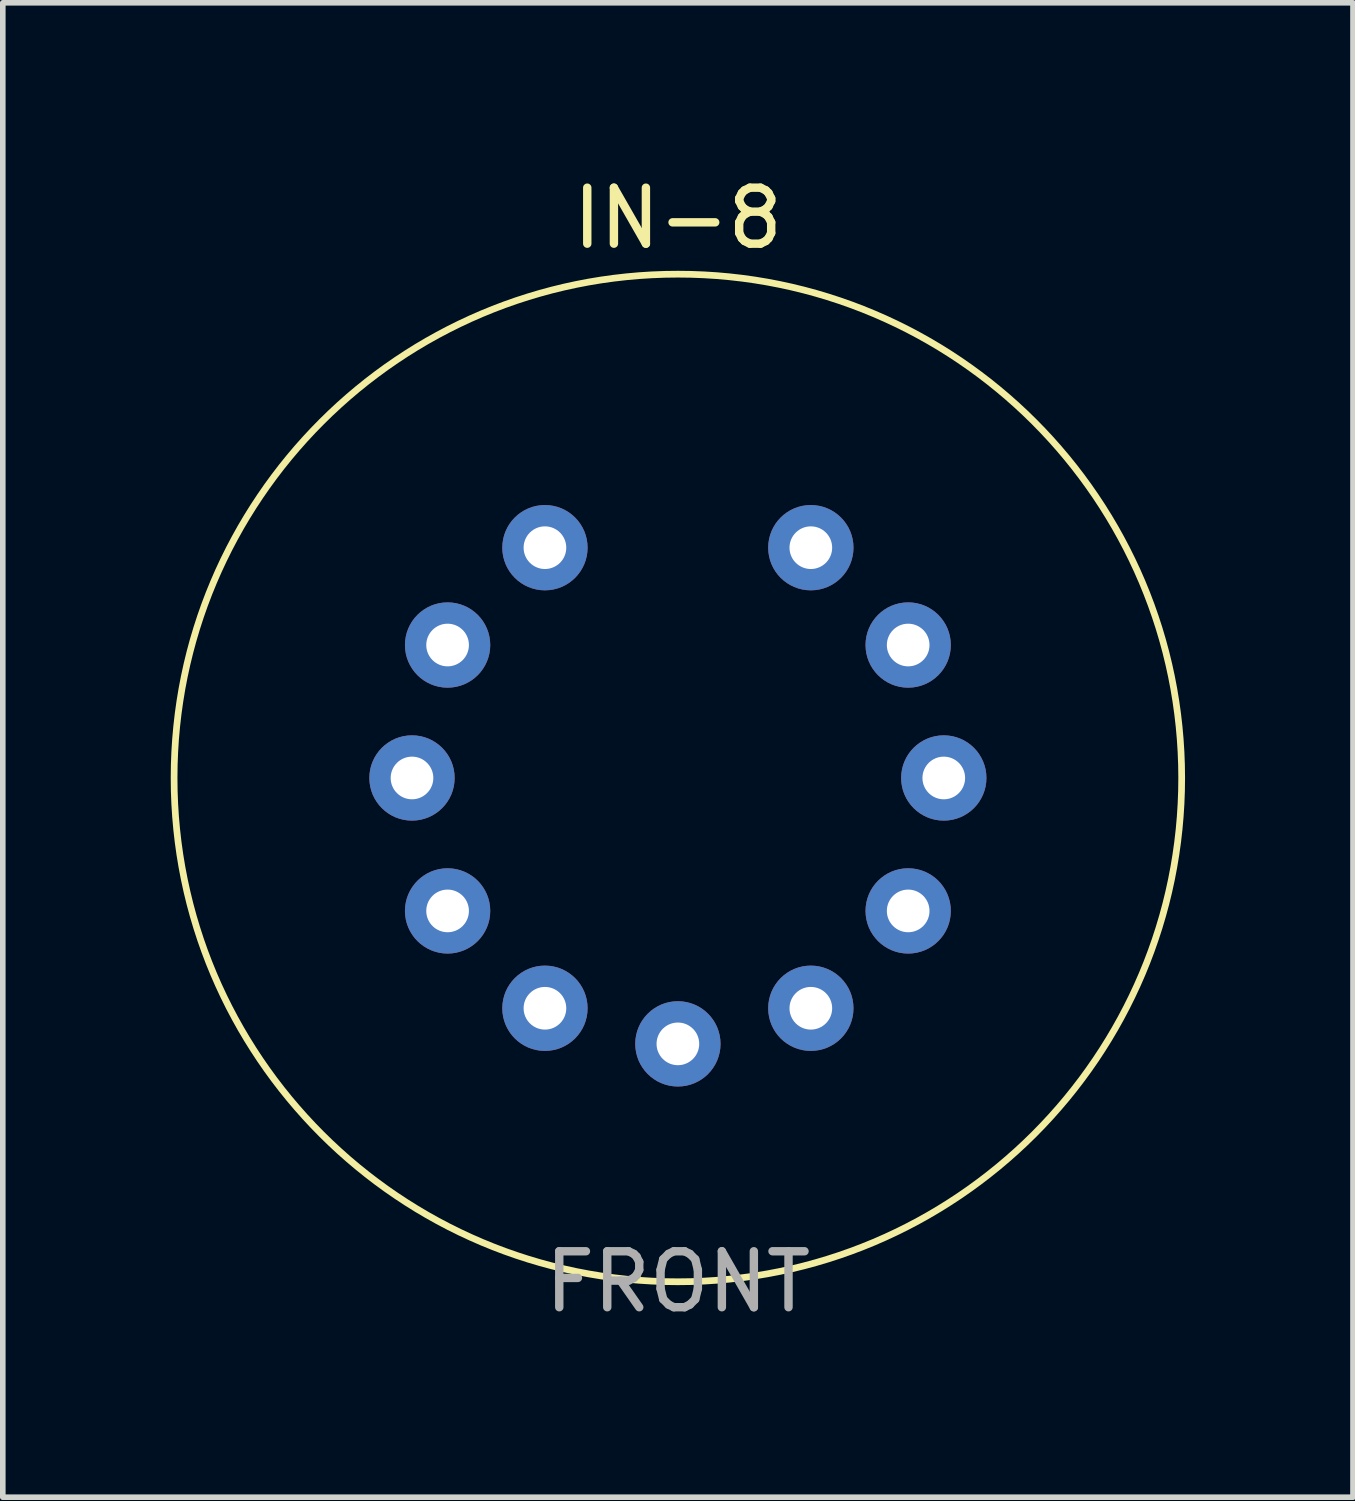
<source format=kicad_pcb>
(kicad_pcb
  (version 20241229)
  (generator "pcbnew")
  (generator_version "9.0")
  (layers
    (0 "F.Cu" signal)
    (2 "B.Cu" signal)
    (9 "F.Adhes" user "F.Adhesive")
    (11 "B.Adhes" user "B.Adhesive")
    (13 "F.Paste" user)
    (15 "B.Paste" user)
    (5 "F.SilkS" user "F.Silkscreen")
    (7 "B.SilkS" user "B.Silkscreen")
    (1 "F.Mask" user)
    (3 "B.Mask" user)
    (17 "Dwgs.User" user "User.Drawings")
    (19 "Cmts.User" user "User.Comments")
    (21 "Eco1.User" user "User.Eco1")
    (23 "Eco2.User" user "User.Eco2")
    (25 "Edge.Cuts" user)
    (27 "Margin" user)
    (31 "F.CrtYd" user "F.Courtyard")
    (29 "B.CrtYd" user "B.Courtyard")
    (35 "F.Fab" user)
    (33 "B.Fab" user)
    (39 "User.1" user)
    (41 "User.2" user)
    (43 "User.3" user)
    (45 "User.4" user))
  (footprint "IN-8"
    (layer "F.Cu")
    (at 9.06 10.848)
    (property "Reference" "IN-8" (at 0 -10 0) (layer "F.SilkS") (effects (font (size 1 1) (thickness 0.15))))
    (attr through_hole)
    (fp_circle (center 0 0) (end 9 0) (stroke (width 0.12) (type solid)) (fill no) (layer "F.SilkS"))
    (fp_text user "FRONT" (at 0 9 0) (layer "F.Fab") (effects (font (size 1 1) (thickness 0.15))))
    (pad "1" thru_hole circle (at 2.375 -4.114) (size 1.524 1.524) (drill 0.762) (layers "*.Cu" "*.Mask"))
    (pad "2" thru_hole circle (at 4.114 -2.375) (size 1.524 1.524) (drill 0.762) (layers "*.Cu" "*.Mask"))
    (pad "3" thru_hole circle (at 4.75 0) (size 1.524 1.524) (drill 0.762) (layers "*.Cu" "*.Mask"))
    (pad "4" thru_hole circle (at 4.114 2.375) (size 1.524 1.524) (drill 0.762) (layers "*.Cu" "*.Mask"))
    (pad "5" thru_hole circle (at 2.375 4.114) (size 1.524 1.524) (drill 0.762) (layers "*.Cu" "*.Mask"))
    (pad "6" thru_hole circle (at 0 4.75) (size 1.524 1.524) (drill 0.762) (layers "*.Cu" "*.Mask"))
    (pad "7" thru_hole circle (at -2.375 4.114) (size 1.524 1.524) (drill 0.762) (layers "*.Cu" "*.Mask"))
    (pad "8" thru_hole circle (at -4.114 2.375) (size 1.524 1.524) (drill 0.762) (layers "*.Cu" "*.Mask"))
    (pad "9" thru_hole circle (at -4.75 0) (size 1.524 1.524) (drill 0.762) (layers "*.Cu" "*.Mask"))
    (pad "10" thru_hole circle (at -4.114 -2.375) (size 1.524 1.524) (drill 0.762) (layers "*.Cu" "*.Mask"))
    (pad "11" thru_hole circle (at -2.375 -4.114) (size 1.524 1.524) (drill 0.762) (layers "*.Cu" "*.Mask")))
  (gr_rect
    (start -3 -3)
    (end 21.12 23.697)
    (stroke (width 0.1) (type default))
    (fill no)
    (layer "Edge.Cuts")))
</source>
